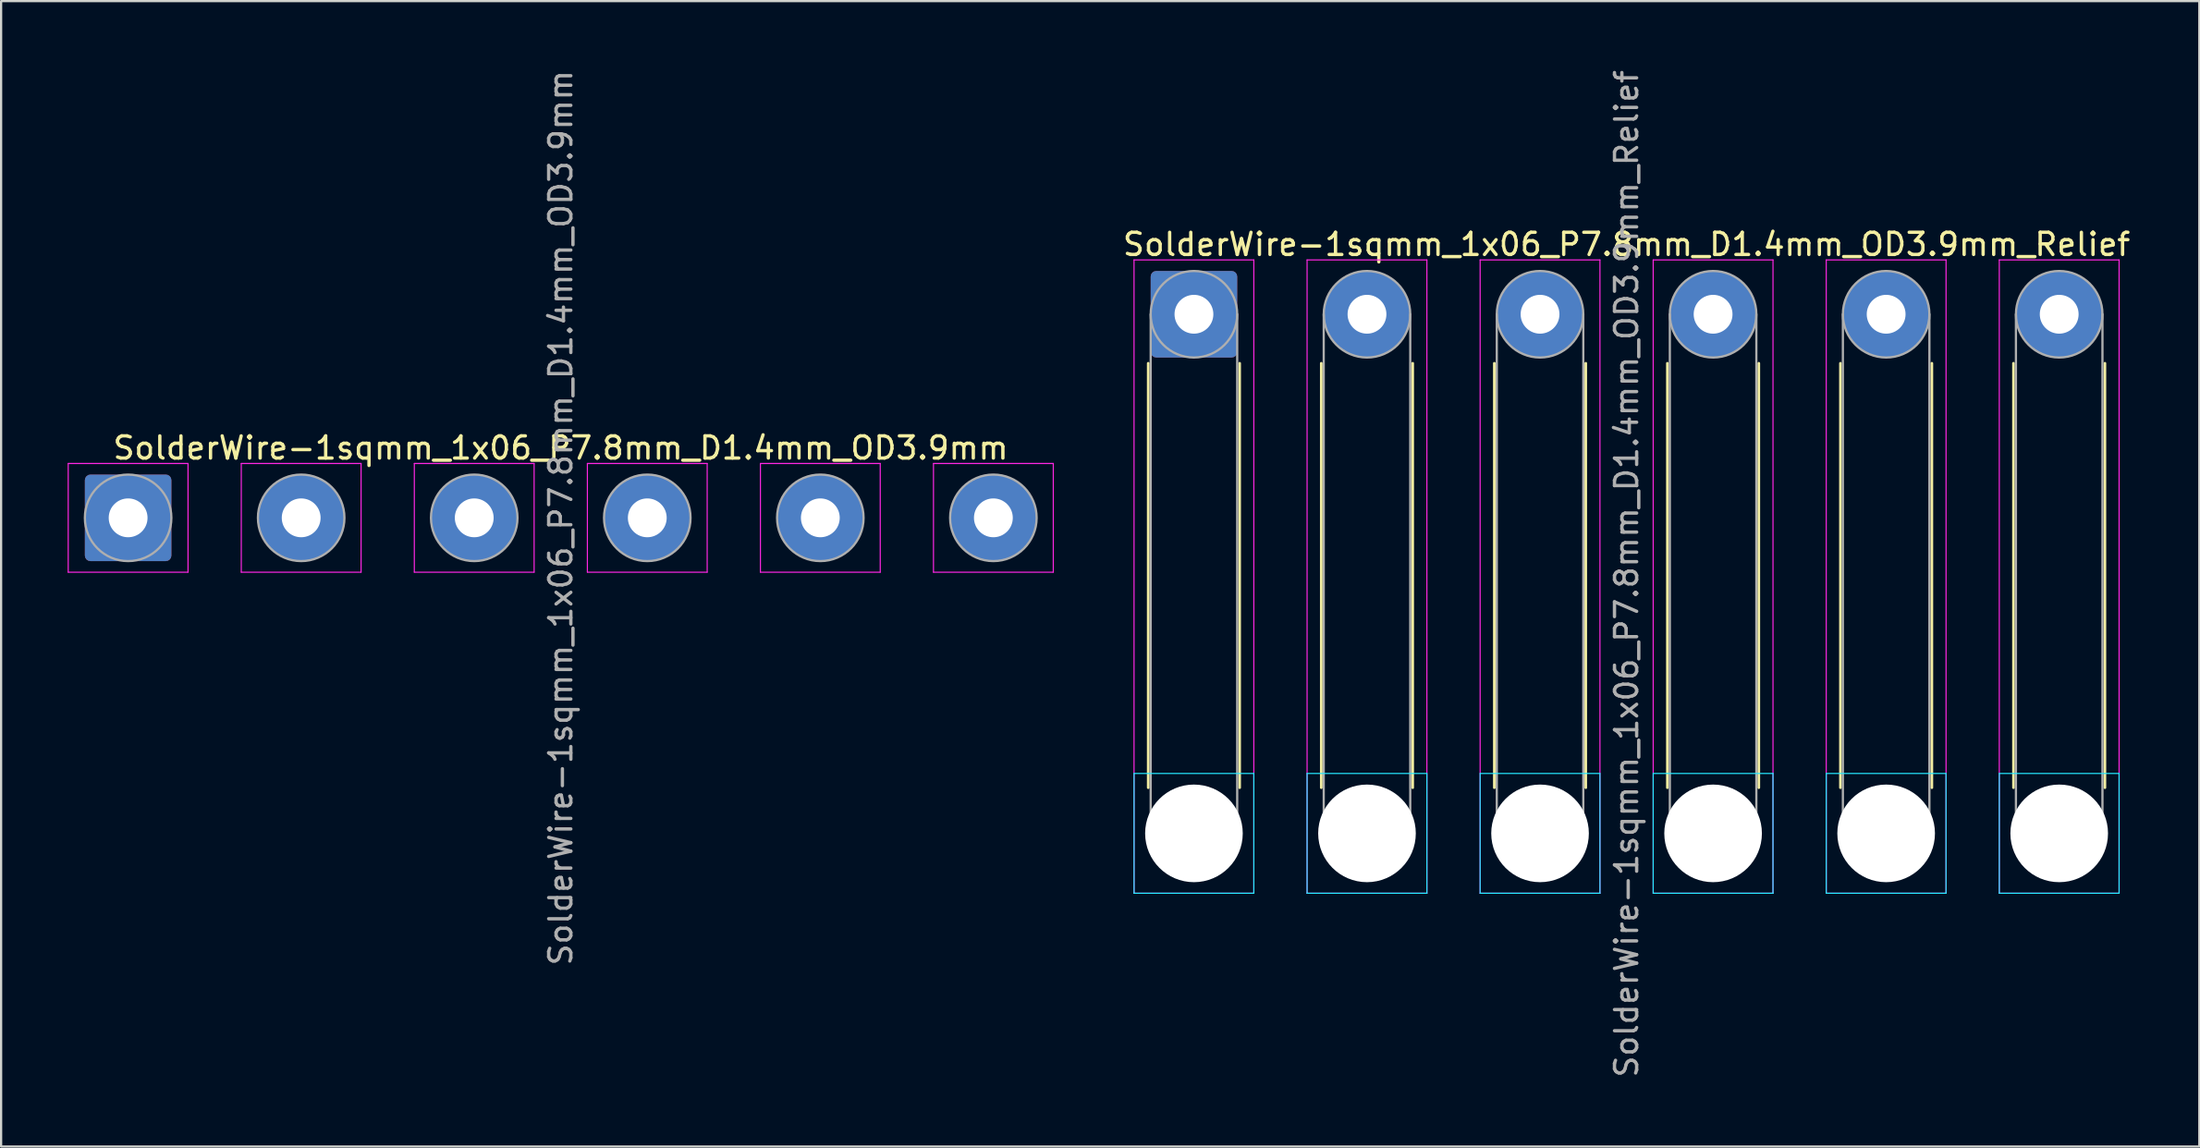
<source format=kicad_pcb>
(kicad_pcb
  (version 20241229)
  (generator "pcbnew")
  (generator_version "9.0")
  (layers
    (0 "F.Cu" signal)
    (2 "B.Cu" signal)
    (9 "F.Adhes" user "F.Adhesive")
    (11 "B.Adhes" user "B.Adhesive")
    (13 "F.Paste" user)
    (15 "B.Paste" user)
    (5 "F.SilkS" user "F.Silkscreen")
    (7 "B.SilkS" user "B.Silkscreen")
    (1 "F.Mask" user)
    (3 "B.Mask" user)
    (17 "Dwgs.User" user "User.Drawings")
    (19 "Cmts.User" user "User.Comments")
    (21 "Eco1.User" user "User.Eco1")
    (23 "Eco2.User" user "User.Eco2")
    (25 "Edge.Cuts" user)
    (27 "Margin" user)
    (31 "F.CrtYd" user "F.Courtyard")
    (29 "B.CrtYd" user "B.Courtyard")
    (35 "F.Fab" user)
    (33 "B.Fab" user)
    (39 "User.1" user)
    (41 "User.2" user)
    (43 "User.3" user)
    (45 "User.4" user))
  (footprint "SolderWire-1sqmm_1x06_P7.8mm_D1.4mm_OD3.9mm_Relief"
    (layer "F.Cu")
    (at 50.765 11.115)
    (property "Reference" "SolderWire-1sqmm_1x06_P7.8mm_D1.4mm_OD3.9mm_Relief" (at 19.5 -3.15 0) (layer "F.SilkS") (effects (font (size 1 1) (thickness 0.15))))
    (attr exclude_from_pos_files exclude_from_bom)
    (fp_line (start -2.06 2.21) (end -2.06 21.34) (stroke (width 0.12) (type solid)) (layer "F.SilkS"))
    (fp_line (start 2.06 2.21) (end 2.06 21.34) (stroke (width 0.12) (type solid)) (layer "F.SilkS"))
    (fp_line (start 5.74 2.21) (end 5.74 21.34) (stroke (width 0.12) (type solid)) (layer "F.SilkS"))
    (fp_line (start 9.86 2.21) (end 9.86 21.34) (stroke (width 0.12) (type solid)) (layer "F.SilkS"))
    (fp_line (start 13.54 2.21) (end 13.54 21.34) (stroke (width 0.12) (type solid)) (layer "F.SilkS"))
    (fp_line (start 17.66 2.21) (end 17.66 21.34) (stroke (width 0.12) (type solid)) (layer "F.SilkS"))
    (fp_line (start 21.34 2.21) (end 21.34 21.34) (stroke (width 0.12) (type solid)) (layer "F.SilkS"))
    (fp_line (start 25.46 2.21) (end 25.46 21.34) (stroke (width 0.12) (type solid)) (layer "F.SilkS"))
    (fp_line (start 29.14 2.21) (end 29.14 21.34) (stroke (width 0.12) (type solid)) (layer "F.SilkS"))
    (fp_line (start 33.26 2.21) (end 33.26 21.34) (stroke (width 0.12) (type solid)) (layer "F.SilkS"))
    (fp_line (start 36.94 2.21) (end 36.94 21.34) (stroke (width 0.12) (type solid)) (layer "F.SilkS"))
    (fp_line (start 41.06 2.21) (end 41.06 21.34) (stroke (width 0.12) (type solid)) (layer "F.SilkS"))
    (fp_line (start -2.7 20.7) (end -2.7 26.1) (stroke (width 0.05) (type solid)) (layer "B.CrtYd"))
    (fp_line (start -2.7 26.1) (end 2.7 26.1) (stroke (width 0.05) (type solid)) (layer "B.CrtYd"))
    (fp_line (start 2.7 20.7) (end -2.7 20.7) (stroke (width 0.05) (type solid)) (layer "B.CrtYd"))
    (fp_line (start 2.7 26.1) (end 2.7 20.7) (stroke (width 0.05) (type solid)) (layer "B.CrtYd"))
    (fp_line (start 5.1 20.7) (end 5.1 26.1) (stroke (width 0.05) (type solid)) (layer "B.CrtYd"))
    (fp_line (start 5.1 26.1) (end 10.5 26.1) (stroke (width 0.05) (type solid)) (layer "B.CrtYd"))
    (fp_line (start 10.5 20.7) (end 5.1 20.7) (stroke (width 0.05) (type solid)) (layer "B.CrtYd"))
    (fp_line (start 10.5 26.1) (end 10.5 20.7) (stroke (width 0.05) (type solid)) (layer "B.CrtYd"))
    (fp_line (start 12.9 20.7) (end 12.9 26.1) (stroke (width 0.05) (type solid)) (layer "B.CrtYd"))
    (fp_line (start 12.9 26.1) (end 18.3 26.1) (stroke (width 0.05) (type solid)) (layer "B.CrtYd"))
    (fp_line (start 18.3 20.7) (end 12.9 20.7) (stroke (width 0.05) (type solid)) (layer "B.CrtYd"))
    (fp_line (start 18.3 26.1) (end 18.3 20.7) (stroke (width 0.05) (type solid)) (layer "B.CrtYd"))
    (fp_line (start 20.7 20.7) (end 20.7 26.1) (stroke (width 0.05) (type solid)) (layer "B.CrtYd"))
    (fp_line (start 20.7 26.1) (end 26.1 26.1) (stroke (width 0.05) (type solid)) (layer "B.CrtYd"))
    (fp_line (start 26.1 20.7) (end 20.7 20.7) (stroke (width 0.05) (type solid)) (layer "B.CrtYd"))
    (fp_line (start 26.1 26.1) (end 26.1 20.7) (stroke (width 0.05) (type solid)) (layer "B.CrtYd"))
    (fp_line (start 28.5 20.7) (end 28.5 26.1) (stroke (width 0.05) (type solid)) (layer "B.CrtYd"))
    (fp_line (start 28.5 26.1) (end 33.9 26.1) (stroke (width 0.05) (type solid)) (layer "B.CrtYd"))
    (fp_line (start 33.9 20.7) (end 28.5 20.7) (stroke (width 0.05) (type solid)) (layer "B.CrtYd"))
    (fp_line (start 33.9 26.1) (end 33.9 20.7) (stroke (width 0.05) (type solid)) (layer "B.CrtYd"))
    (fp_line (start 36.3 20.7) (end 36.3 26.1) (stroke (width 0.05) (type solid)) (layer "B.CrtYd"))
    (fp_line (start 36.3 26.1) (end 41.7 26.1) (stroke (width 0.05) (type solid)) (layer "B.CrtYd"))
    (fp_line (start 41.7 20.7) (end 36.3 20.7) (stroke (width 0.05) (type solid)) (layer "B.CrtYd"))
    (fp_line (start 41.7 26.1) (end 41.7 20.7) (stroke (width 0.05) (type solid)) (layer "B.CrtYd"))
    (fp_line (start -2.7 -2.45) (end -2.7 26.1) (stroke (width 0.05) (type solid)) (layer "F.CrtYd"))
    (fp_line (start -2.7 26.1) (end 2.7 26.1) (stroke (width 0.05) (type solid)) (layer "F.CrtYd"))
    (fp_line (start 2.7 -2.45) (end -2.7 -2.45) (stroke (width 0.05) (type solid)) (layer "F.CrtYd"))
    (fp_line (start 2.7 26.1) (end 2.7 -2.45) (stroke (width 0.05) (type solid)) (layer "F.CrtYd"))
    (fp_line (start 5.1 -2.45) (end 5.1 26.1) (stroke (width 0.05) (type solid)) (layer "F.CrtYd"))
    (fp_line (start 5.1 26.1) (end 10.5 26.1) (stroke (width 0.05) (type solid)) (layer "F.CrtYd"))
    (fp_line (start 10.5 -2.45) (end 5.1 -2.45) (stroke (width 0.05) (type solid)) (layer "F.CrtYd"))
    (fp_line (start 10.5 26.1) (end 10.5 -2.45) (stroke (width 0.05) (type solid)) (layer "F.CrtYd"))
    (fp_line (start 12.9 -2.45) (end 12.9 26.1) (stroke (width 0.05) (type solid)) (layer "F.CrtYd"))
    (fp_line (start 12.9 26.1) (end 18.3 26.1) (stroke (width 0.05) (type solid)) (layer "F.CrtYd"))
    (fp_line (start 18.3 -2.45) (end 12.9 -2.45) (stroke (width 0.05) (type solid)) (layer "F.CrtYd"))
    (fp_line (start 18.3 26.1) (end 18.3 -2.45) (stroke (width 0.05) (type solid)) (layer "F.CrtYd"))
    (fp_line (start 20.7 -2.45) (end 20.7 26.1) (stroke (width 0.05) (type solid)) (layer "F.CrtYd"))
    (fp_line (start 20.7 26.1) (end 26.1 26.1) (stroke (width 0.05) (type solid)) (layer "F.CrtYd"))
    (fp_line (start 26.1 -2.45) (end 20.7 -2.45) (stroke (width 0.05) (type solid)) (layer "F.CrtYd"))
    (fp_line (start 26.1 26.1) (end 26.1 -2.45) (stroke (width 0.05) (type solid)) (layer "F.CrtYd"))
    (fp_line (start 28.5 -2.45) (end 28.5 26.1) (stroke (width 0.05) (type solid)) (layer "F.CrtYd"))
    (fp_line (start 28.5 26.1) (end 33.9 26.1) (stroke (width 0.05) (type solid)) (layer "F.CrtYd"))
    (fp_line (start 33.9 -2.45) (end 28.5 -2.45) (stroke (width 0.05) (type solid)) (layer "F.CrtYd"))
    (fp_line (start 33.9 26.1) (end 33.9 -2.45) (stroke (width 0.05) (type solid)) (layer "F.CrtYd"))
    (fp_line (start 36.3 -2.45) (end 36.3 26.1) (stroke (width 0.05) (type solid)) (layer "F.CrtYd"))
    (fp_line (start 36.3 26.1) (end 41.7 26.1) (stroke (width 0.05) (type solid)) (layer "F.CrtYd"))
    (fp_line (start 41.7 -2.45) (end 36.3 -2.45) (stroke (width 0.05) (type solid)) (layer "F.CrtYd"))
    (fp_line (start 41.7 26.1) (end 41.7 -2.45) (stroke (width 0.05) (type solid)) (layer "F.CrtYd"))
    (fp_line (start -1.95 0) (end -1.95 23.4) (stroke (width 0.1) (type solid)) (layer "F.Fab"))
    (fp_line (start 1.95 0) (end 1.95 23.4) (stroke (width 0.1) (type solid)) (layer "F.Fab"))
    (fp_line (start 5.85 0) (end 5.85 23.4) (stroke (width 0.1) (type solid)) (layer "F.Fab"))
    (fp_line (start 9.75 0) (end 9.75 23.4) (stroke (width 0.1) (type solid)) (layer "F.Fab"))
    (fp_line (start 13.65 0) (end 13.65 23.4) (stroke (width 0.1) (type solid)) (layer "F.Fab"))
    (fp_line (start 17.55 0) (end 17.55 23.4) (stroke (width 0.1) (type solid)) (layer "F.Fab"))
    (fp_line (start 21.45 0) (end 21.45 23.4) (stroke (width 0.1) (type solid)) (layer "F.Fab"))
    (fp_line (start 25.35 0) (end 25.35 23.4) (stroke (width 0.1) (type solid)) (layer "F.Fab"))
    (fp_line (start 29.25 0) (end 29.25 23.4) (stroke (width 0.1) (type solid)) (layer "F.Fab"))
    (fp_line (start 33.15 0) (end 33.15 23.4) (stroke (width 0.1) (type solid)) (layer "F.Fab"))
    (fp_line (start 37.05 0) (end 37.05 23.4) (stroke (width 0.1) (type solid)) (layer "F.Fab"))
    (fp_line (start 40.95 0) (end 40.95 23.4) (stroke (width 0.1) (type solid)) (layer "F.Fab"))
    (fp_circle (center 0 0) (end 1.95 0) (stroke (width 0.1) (type solid)) (fill no) (layer "F.Fab"))
    (fp_circle (center 0 23.4) (end 1.95 23.4) (stroke (width 0.1) (type solid)) (fill no) (layer "F.Fab"))
    (fp_circle (center 7.8 0) (end 9.75 0) (stroke (width 0.1) (type solid)) (fill no) (layer "F.Fab"))
    (fp_circle (center 7.8 23.4) (end 9.75 23.4) (stroke (width 0.1) (type solid)) (fill no) (layer "F.Fab"))
    (fp_circle (center 15.6 0) (end 17.55 0) (stroke (width 0.1) (type solid)) (fill no) (layer "F.Fab"))
    (fp_circle (center 15.6 23.4) (end 17.55 23.4) (stroke (width 0.1) (type solid)) (fill no) (layer "F.Fab"))
    (fp_circle (center 23.4 0) (end 25.35 0) (stroke (width 0.1) (type solid)) (fill no) (layer "F.Fab"))
    (fp_circle (center 23.4 23.4) (end 25.35 23.4) (stroke (width 0.1) (type solid)) (fill no) (layer "F.Fab"))
    (fp_circle (center 31.2 0) (end 33.15 0) (stroke (width 0.1) (type solid)) (fill no) (layer "F.Fab"))
    (fp_circle (center 31.2 23.4) (end 33.15 23.4) (stroke (width 0.1) (type solid)) (fill no) (layer "F.Fab"))
    (fp_circle (center 39 0) (end 40.95 0) (stroke (width 0.1) (type solid)) (fill no) (layer "F.Fab"))
    (fp_circle (center 39 23.4) (end 40.95 23.4) (stroke (width 0.1) (type solid)) (fill no) (layer "F.Fab"))
    (fp_text user "${REFERENCE}" (at 19.5 11.7 90) (layer "F.Fab") (effects (font (size 1 1) (thickness 0.15))))
    (pad "" np_thru_hole circle (at 0 23.4) (size 4.4 4.4) (drill 4.4) (layers "*.Cu" "*.Mask"))
    (pad "" np_thru_hole circle (at 7.8 23.4) (size 4.4 4.4) (drill 4.4) (layers "*.Cu" "*.Mask"))
    (pad "" np_thru_hole circle (at 15.6 23.4) (size 4.4 4.4) (drill 4.4) (layers "*.Cu" "*.Mask"))
    (pad "" np_thru_hole circle (at 23.4 23.4) (size 4.4 4.4) (drill 4.4) (layers "*.Cu" "*.Mask"))
    (pad "" np_thru_hole circle (at 31.2 23.4) (size 4.4 4.4) (drill 4.4) (layers "*.Cu" "*.Mask"))
    (pad "" np_thru_hole circle (at 39 23.4) (size 4.4 4.4) (drill 4.4) (layers "*.Cu" "*.Mask"))
    (pad "1" thru_hole roundrect (at 0 0) (size 3.9 3.9) (drill 1.75) (layers "*.Cu" "*.Mask") (roundrect_rratio 0.064))
    (pad "2" thru_hole circle (at 7.8 0) (size 3.9 3.9) (drill 1.75) (layers "*.Cu" "*.Mask"))
    (pad "3" thru_hole circle (at 15.6 0) (size 3.9 3.9) (drill 1.75) (layers "*.Cu" "*.Mask"))
    (pad "4" thru_hole circle (at 23.4 0) (size 3.9 3.9) (drill 1.75) (layers "*.Cu" "*.Mask"))
    (pad "5" thru_hole circle (at 31.2 0) (size 3.9 3.9) (drill 1.75) (layers "*.Cu" "*.Mask"))
    (pad "6" thru_hole circle (at 39 0) (size 3.9 3.9) (drill 1.75) (layers "*.Cu" "*.Mask")))
  (footprint "SolderWire-1sqmm_1x06_P7.8mm_D1.4mm_OD3.9mm"
    (layer "F.Cu")
    (at 2.725 20.292)
    (property "Reference" "SolderWire-1sqmm_1x06_P7.8mm_D1.4mm_OD3.9mm" (at 19.5 -3.15 0) (layer "F.SilkS") (effects (font (size 1 1) (thickness 0.15))))
    (attr exclude_from_pos_files exclude_from_bom)
    (fp_line (start -2.7 -2.45) (end -2.7 2.45) (stroke (width 0.05) (type solid)) (layer "F.CrtYd"))
    (fp_line (start -2.7 2.45) (end 2.7 2.45) (stroke (width 0.05) (type solid)) (layer "F.CrtYd"))
    (fp_line (start 2.7 -2.45) (end -2.7 -2.45) (stroke (width 0.05) (type solid)) (layer "F.CrtYd"))
    (fp_line (start 2.7 2.45) (end 2.7 -2.45) (stroke (width 0.05) (type solid)) (layer "F.CrtYd"))
    (fp_line (start 5.1 -2.45) (end 5.1 2.45) (stroke (width 0.05) (type solid)) (layer "F.CrtYd"))
    (fp_line (start 5.1 2.45) (end 10.5 2.45) (stroke (width 0.05) (type solid)) (layer "F.CrtYd"))
    (fp_line (start 10.5 -2.45) (end 5.1 -2.45) (stroke (width 0.05) (type solid)) (layer "F.CrtYd"))
    (fp_line (start 10.5 2.45) (end 10.5 -2.45) (stroke (width 0.05) (type solid)) (layer "F.CrtYd"))
    (fp_line (start 12.9 -2.45) (end 12.9 2.45) (stroke (width 0.05) (type solid)) (layer "F.CrtYd"))
    (fp_line (start 12.9 2.45) (end 18.3 2.45) (stroke (width 0.05) (type solid)) (layer "F.CrtYd"))
    (fp_line (start 18.3 -2.45) (end 12.9 -2.45) (stroke (width 0.05) (type solid)) (layer "F.CrtYd"))
    (fp_line (start 18.3 2.45) (end 18.3 -2.45) (stroke (width 0.05) (type solid)) (layer "F.CrtYd"))
    (fp_line (start 20.7 -2.45) (end 20.7 2.45) (stroke (width 0.05) (type solid)) (layer "F.CrtYd"))
    (fp_line (start 20.7 2.45) (end 26.1 2.45) (stroke (width 0.05) (type solid)) (layer "F.CrtYd"))
    (fp_line (start 26.1 -2.45) (end 20.7 -2.45) (stroke (width 0.05) (type solid)) (layer "F.CrtYd"))
    (fp_line (start 26.1 2.45) (end 26.1 -2.45) (stroke (width 0.05) (type solid)) (layer "F.CrtYd"))
    (fp_line (start 28.5 -2.45) (end 28.5 2.45) (stroke (width 0.05) (type solid)) (layer "F.CrtYd"))
    (fp_line (start 28.5 2.45) (end 33.9 2.45) (stroke (width 0.05) (type solid)) (layer "F.CrtYd"))
    (fp_line (start 33.9 -2.45) (end 28.5 -2.45) (stroke (width 0.05) (type solid)) (layer "F.CrtYd"))
    (fp_line (start 33.9 2.45) (end 33.9 -2.45) (stroke (width 0.05) (type solid)) (layer "F.CrtYd"))
    (fp_line (start 36.3 -2.45) (end 36.3 2.45) (stroke (width 0.05) (type solid)) (layer "F.CrtYd"))
    (fp_line (start 36.3 2.45) (end 41.7 2.45) (stroke (width 0.05) (type solid)) (layer "F.CrtYd"))
    (fp_line (start 41.7 -2.45) (end 36.3 -2.45) (stroke (width 0.05) (type solid)) (layer "F.CrtYd"))
    (fp_line (start 41.7 2.45) (end 41.7 -2.45) (stroke (width 0.05) (type solid)) (layer "F.CrtYd"))
    (fp_circle (center 0 0) (end 1.95 0) (stroke (width 0.1) (type solid)) (fill no) (layer "F.Fab"))
    (fp_circle (center 7.8 0) (end 9.75 0) (stroke (width 0.1) (type solid)) (fill no) (layer "F.Fab"))
    (fp_circle (center 15.6 0) (end 17.55 0) (stroke (width 0.1) (type solid)) (fill no) (layer "F.Fab"))
    (fp_circle (center 23.4 0) (end 25.35 0) (stroke (width 0.1) (type solid)) (fill no) (layer "F.Fab"))
    (fp_circle (center 31.2 0) (end 33.15 0) (stroke (width 0.1) (type solid)) (fill no) (layer "F.Fab"))
    (fp_circle (center 39 0) (end 40.95 0) (stroke (width 0.1) (type solid)) (fill no) (layer "F.Fab"))
    (fp_text user "${REFERENCE}" (at 19.5 0 90) (layer "F.Fab") (effects (font (size 1 1) (thickness 0.15))))
    (pad "1" thru_hole roundrect (at 0 0) (size 3.9 3.9) (drill 1.75) (layers "*.Cu" "*.Mask") (roundrect_rratio 0.064))
    (pad "2" thru_hole circle (at 7.8 0) (size 3.9 3.9) (drill 1.75) (layers "*.Cu" "*.Mask"))
    (pad "3" thru_hole circle (at 15.6 0) (size 3.9 3.9) (drill 1.75) (layers "*.Cu" "*.Mask"))
    (pad "4" thru_hole circle (at 23.4 0) (size 3.9 3.9) (drill 1.75) (layers "*.Cu" "*.Mask"))
    (pad "5" thru_hole circle (at 31.2 0) (size 3.9 3.9) (drill 1.75) (layers "*.Cu" "*.Mask"))
    (pad "6" thru_hole circle (at 39 0) (size 3.9 3.9) (drill 1.75) (layers "*.Cu" "*.Mask")))
  (gr_rect
    (start -3 -3)
    (end 96.081 48.631)
    (stroke (width 0.1) (type default))
    (fill no)
    (layer "Edge.Cuts")))
</source>
